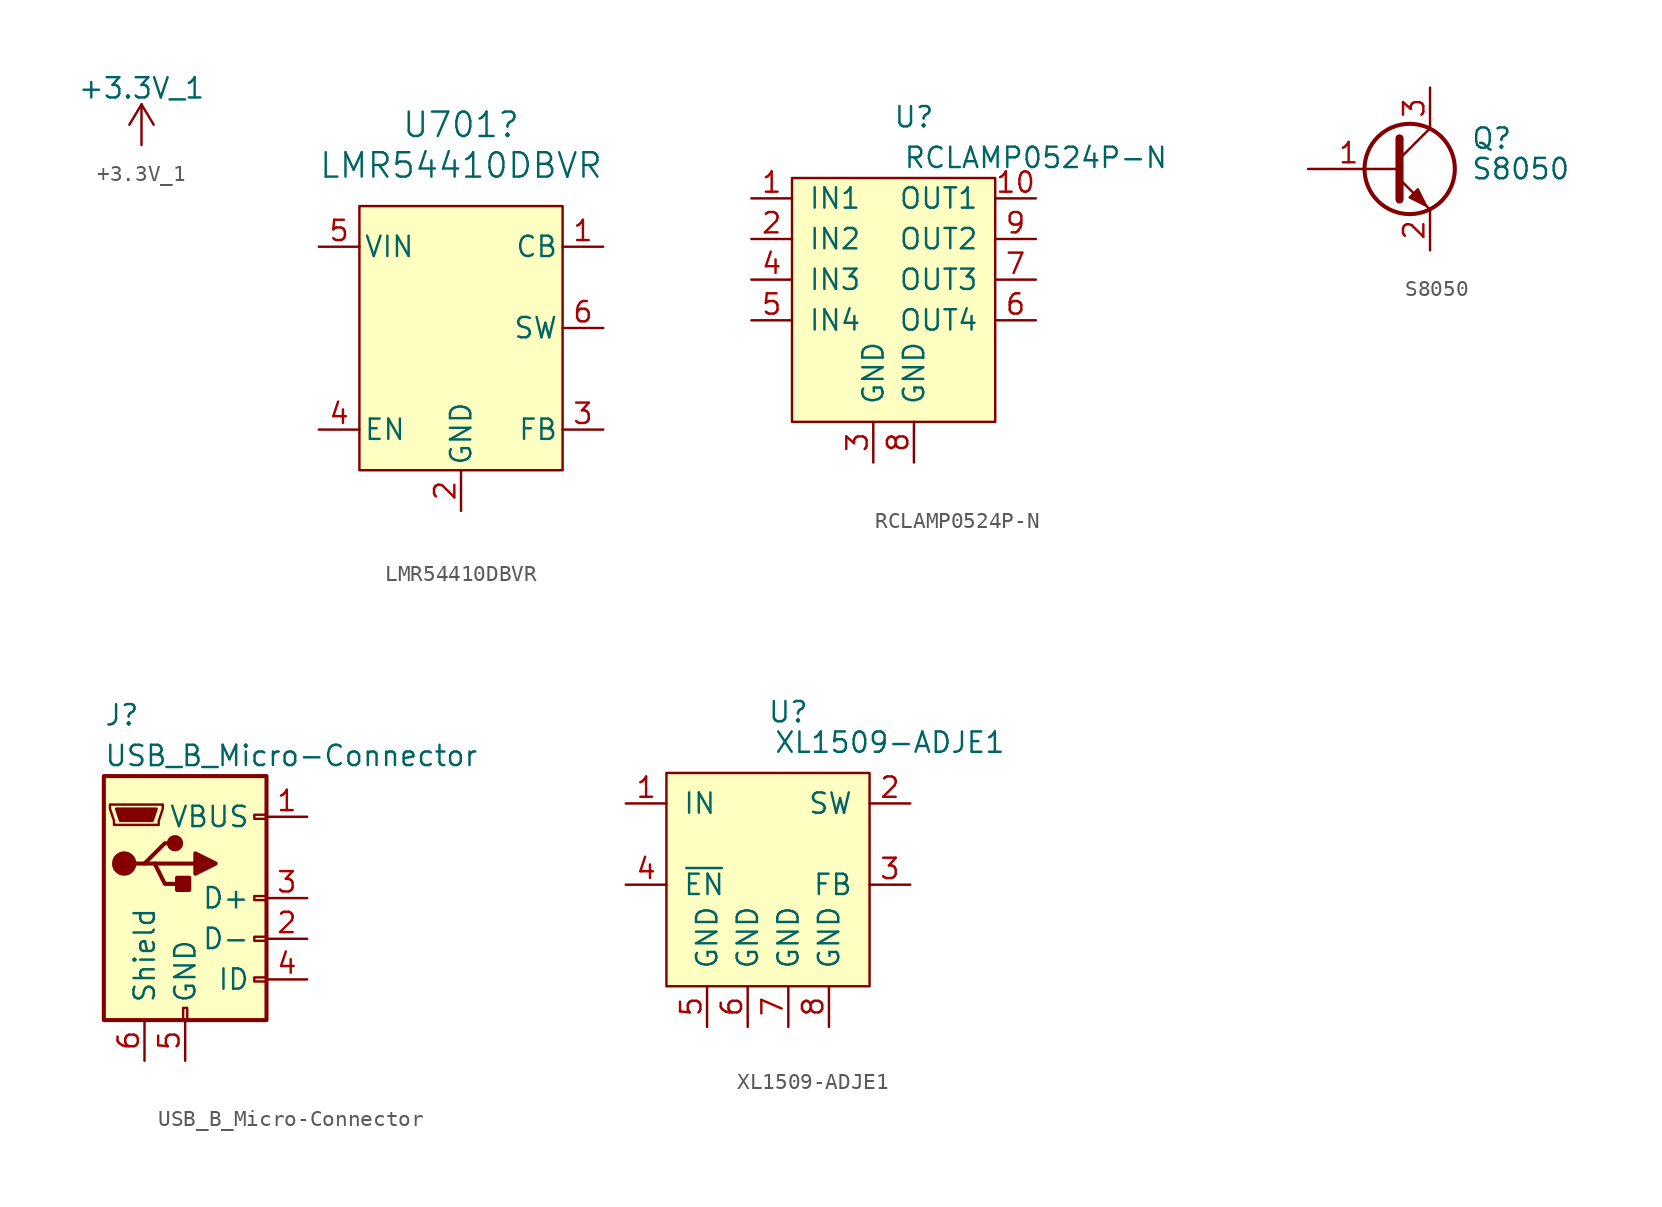
<source format=kicad_sym>
(kicad_symbol_lib
  (version 20241209)
  (generator "kicad_symbol_editor")
  (generator_version "9.0")
  (symbol "+3.3V_1"
    (power)
    (pin_names
      (offset 0))
    (property "Reference" "#PWR"
      (at 0 -3.81 0)
      (effects (font (size 1.27 1.27)) (hide yes)))
    (property "Value" "+3.3V_1"
      (at 0 3.556 0)
      (effects (font (size 1.27 1.27))))
    (symbol "+3.3V_1_0_1"
      (polyline (pts (xy -0.762 1.27) (xy 0 2.54)) (stroke (width 0) (type default)) (fill (type none)))
      (polyline (pts (xy 0 2.54) (xy 0.762 1.27)) (stroke (width 0) (type default)) (fill (type none)))
      (polyline (pts (xy 0 0) (xy 0 2.54)) (stroke (width 0) (type default)) (fill (type none))))
    (symbol "+3.3V_1_1_1"
      (pin power_in line (at 0 0 90) (length 0) (hide yes) (name "+3.3V_1" (effects (font (size 1.27 1.27)))) (number "1" (effects (font (size 1.27 1.27)))))))
  (symbol "LMR54410DBVR"
    (pin_names
      (offset 0.254))
    (property "Reference" "U701"
      (at 0 12.7 0)
      (effects (font (size 1.524 1.524))))
    (property "Value" "LMR54410DBVR"
      (at 0 10.16 0)
      (effects (font (size 1.524 1.524))))
    (property "ki_locked" ""
      (at 0 0 0)
      (effects (font (size 1.27 1.27))))
    (symbol "LMR54410DBVR_1_1"
      (rectangle (start -6.35 7.62) (end 6.35 -8.89) (stroke (width 0) (type default)) (fill (type background)))
      (pin power_in line (at -8.89 5.08 0) (length 2.54) (name "VIN" (effects (font (size 1.27 1.27)))) (number "5" (effects (font (size 1.27 1.27)))))
      (pin input line (at -8.89 -6.35 0) (length 2.54) (name "EN" (effects (font (size 1.27 1.27)))) (number "4" (effects (font (size 1.27 1.27)))))
      (pin power_in line (at 0 -11.43 90) (length 2.54) (name "GND" (effects (font (size 1.27 1.27)))) (number "2" (effects (font (size 1.27 1.27)))))
      (pin input line (at 8.89 5.08 180) (length 2.54) (name "CB" (effects (font (size 1.27 1.27)))) (number "1" (effects (font (size 1.27 1.27)))))
      (pin power_out line (at 8.89 0 180) (length 2.54) (name "SW" (effects (font (size 1.27 1.27)))) (number "6" (effects (font (size 1.27 1.27)))))
      (pin input line (at 8.89 -6.35 180) (length 2.54) (name "FB" (effects (font (size 1.27 1.27)))) (number "3" (effects (font (size 1.27 1.27)))))))
  (symbol "RCLAMP0524P-N"
    (pin_names
      (offset 1.016))
    (property "Reference" "U"
      (at 1.27 10.16 0)
      (effects (font (size 1.27 1.27))))
    (property "Value" "RCLAMP0524P-N"
      (at 8.89 7.62 0)
      (effects (font (size 1.27 1.27))))
    (symbol "RCLAMP0524P-N_0_1"
      (rectangle (start -6.35 6.35) (end 6.35 -8.89) (stroke (width 0) (type solid)) (fill (type background))))
    (symbol "RCLAMP0524P-N_1_1"
      (pin input line (at -8.89 5.08 0) (length 2.54) (name "IN1" (effects (font (size 1.27 1.27)))) (number "1" (effects (font (size 1.27 1.27)))))
      (pin input line (at -8.89 2.54 0) (length 2.54) (name "IN2" (effects (font (size 1.27 1.27)))) (number "2" (effects (font (size 1.27 1.27)))))
      (pin input line (at -8.89 0 0) (length 2.54) (name "IN3" (effects (font (size 1.27 1.27)))) (number "4" (effects (font (size 1.27 1.27)))))
      (pin input line (at -8.89 -2.54 0) (length 2.54) (name "IN4" (effects (font (size 1.27 1.27)))) (number "5" (effects (font (size 1.27 1.27)))))
      (pin power_in line (at -1.27 -11.43 90) (length 2.54) (name "GND" (effects (font (size 1.27 1.27)))) (number "3" (effects (font (size 1.27 1.27)))))
      (pin power_in line (at 1.27 -11.43 90) (length 2.54) (name "GND" (effects (font (size 1.27 1.27)))) (number "8" (effects (font (size 1.27 1.27)))))
      (pin output line (at 8.89 5.08 180) (length 2.54) (name "OUT1" (effects (font (size 1.27 1.27)))) (number "10" (effects (font (size 1.27 1.27)))))
      (pin output line (at 8.89 2.54 180) (length 2.54) (name "OUT2" (effects (font (size 1.27 1.27)))) (number "9" (effects (font (size 1.27 1.27)))))
      (pin output line (at 8.89 0 180) (length 2.54) (name "OUT3" (effects (font (size 1.27 1.27)))) (number "7" (effects (font (size 1.27 1.27)))))
      (pin output line (at 8.89 -2.54 180) (length 2.54) (name "OUT4" (effects (font (size 1.27 1.27)))) (number "6" (effects (font (size 1.27 1.27)))))))
  (symbol "S8050"
    (pin_names
      (offset 0)
      (hide yes))
    (property "Reference" "Q"
      (at 5.08 1.905 0)
      (effects (font (size 1.27 1.27)) (justify left)))
    (property "Value" "S8050"
      (at 5.08 0 0)
      (effects (font (size 1.27 1.27)) (justify left)))
    (symbol "S8050_0_1"
      (polyline (pts (xy 0 0) (xy 0.635 0)) (stroke (width 0) (type solid)) (fill (type none)))
      (polyline (pts (xy 0.635 1.905) (xy 0.635 -1.905) (xy 0.635 -1.905)) (stroke (width 0.508) (type solid)) (fill (type none)))
      (polyline (pts (xy 0.635 0.635) (xy 2.54 2.54)) (stroke (width 0) (type solid)) (fill (type none)))
      (polyline (pts (xy 0.635 -0.635) (xy 2.54 -2.54) (xy 2.54 -2.54)) (stroke (width 0) (type solid)) (fill (type none)))
      (circle (center 1.27 0) (radius 2.819) (stroke (width 0.254) (type solid)) (fill (type none)))
      (polyline (pts (xy 1.27 -1.778) (xy 1.778 -1.27) (xy 2.286 -2.286) (xy 1.27 -1.778) (xy 1.27 -1.778)) (stroke (width 0) (type solid)) (fill (type outline))))
    (symbol "S8050_1_1"
      (pin input line (at -5.08 0 0) (length 5.08) (name "B" (effects (font (size 1.27 1.27)))) (number "1" (effects (font (size 1.27 1.27)))))
      (pin passive line (at 2.54 5.08 270) (length 2.54) (name "C" (effects (font (size 1.27 1.27)))) (number "3" (effects (font (size 1.27 1.27)))))
      (pin passive line (at 2.54 -5.08 90) (length 2.54) (name "E" (effects (font (size 1.27 1.27)))) (number "2" (effects (font (size 1.27 1.27)))))))
  (symbol "USB_B_Micro-Connector"
    (pin_names
      (offset 1.016))
    (property "Reference" "J"
      (at -5.08 11.43 0)
      (effects (font (size 1.27 1.27)) (justify left)))
    (property "Value" "USB_B_Micro-Connector"
      (at -5.08 8.89 0)
      (effects (font (size 1.27 1.27)) (justify left)))
    (symbol "USB_B_Micro-Connector_0_1"
      (rectangle (start -5.08 -7.62) (end 5.08 7.62) (stroke (width 0.254) (type solid)) (fill (type background)))
      (polyline (pts (xy -4.699 5.842) (xy -4.699 5.588) (xy -4.445 4.826) (xy -4.445 4.572) (xy -1.651 4.572) (xy -1.651 4.826) (xy -1.397 5.588) (xy -1.397 5.842) (xy -4.699 5.842)) (stroke (width 0) (type solid)) (fill (type none)))
      (polyline (pts (xy -4.318 5.588) (xy -1.778 5.588) (xy -2.032 4.826) (xy -4.064 4.826) (xy -4.318 5.588)) (stroke (width 0) (type solid)) (fill (type outline)))
      (circle (center -3.81 2.159) (radius 0.635) (stroke (width 0.254) (type solid)) (fill (type outline)))
      (polyline (pts (xy -3.175 2.159) (xy -2.54 2.159) (xy -1.27 3.429) (xy -0.635 3.429)) (stroke (width 0.254) (type solid)) (fill (type none)))
      (polyline (pts (xy -2.54 2.159) (xy -1.905 2.159) (xy -1.27 0.889) (xy 0 0.889)) (stroke (width 0.254) (type solid)) (fill (type none)))
      (polyline (pts (xy -1.905 2.159) (xy 0.635 2.159)) (stroke (width 0.254) (type solid)) (fill (type none)))
      (circle (center -0.635 3.429) (radius 0.381) (stroke (width 0.254) (type solid)) (fill (type outline)))
      (rectangle (start -0.127 -7.62) (end 0.127 -6.858) (stroke (width 0) (type solid)) (fill (type none)))
      (rectangle (start 0.254 1.27) (end -0.508 0.508) (stroke (width 0.254) (type solid)) (fill (type outline)))
      (polyline (pts (xy 0.635 2.794) (xy 0.635 1.524) (xy 1.905 2.159) (xy 0.635 2.794)) (stroke (width 0.254) (type solid)) (fill (type outline)))
      (rectangle (start 5.08 4.953) (end 4.318 5.207) (stroke (width 0) (type solid)) (fill (type none)))
      (rectangle (start 5.08 -0.127) (end 4.318 0.127) (stroke (width 0) (type solid)) (fill (type none)))
      (rectangle (start 5.08 -2.667) (end 4.318 -2.413) (stroke (width 0) (type solid)) (fill (type none)))
      (rectangle (start 5.08 -5.207) (end 4.318 -4.953) (stroke (width 0) (type solid)) (fill (type none))))
    (symbol "USB_B_Micro-Connector_1_1"
      (pin passive line (at -2.54 -10.16 90) (length 2.54) (name "Shield" (effects (font (size 1.27 1.27)))) (number "6" (effects (font (size 1.27 1.27)))))
      (pin power_out line (at 0 -10.16 90) (length 2.54) (name "GND" (effects (font (size 1.27 1.27)))) (number "5" (effects (font (size 1.27 1.27)))))
      (pin power_out line (at 7.62 5.08 180) (length 2.54) (name "VBUS" (effects (font (size 1.27 1.27)))) (number "1" (effects (font (size 1.27 1.27)))))
      (pin passive line (at 7.62 0 180) (length 2.54) (name "D+" (effects (font (size 1.27 1.27)))) (number "3" (effects (font (size 1.27 1.27)))))
      (pin passive line (at 7.62 -2.54 180) (length 2.54) (name "D-" (effects (font (size 1.27 1.27)))) (number "2" (effects (font (size 1.27 1.27)))))
      (pin passive line (at 7.62 -5.08 180) (length 2.54) (name "ID" (effects (font (size 1.27 1.27)))) (number "4" (effects (font (size 1.27 1.27)))))))
  (symbol "XL1509-ADJE1"
    (pin_names
      (offset 1.016))
    (property "Reference" "U"
      (at 1.27 10.795 0)
      (effects (font (size 1.27 1.27))))
    (property "Value" "XL1509-ADJE1"
      (at 7.62 8.89 0)
      (effects (font (size 1.27 1.27))))
    (symbol "XL1509-ADJE1_0_1"
      (rectangle (start -6.35 6.985) (end 6.35 -6.35) (stroke (width 0) (type solid)) (fill (type background))))
    (symbol "XL1509-ADJE1_1_1"
      (pin power_in line (at -8.89 5.08 0) (length 2.54) (name "IN" (effects (font (size 1.27 1.27)))) (number "1" (effects (font (size 1.27 1.27)))))
      (pin input line (at -8.89 0 0) (length 2.54) (name "~{EN}" (effects (font (size 1.27 1.27)))) (number "4" (effects (font (size 1.27 1.27)))))
      (pin power_in line (at -3.81 -8.89 90) (length 2.54) (name "GND" (effects (font (size 1.27 1.27)))) (number "5" (effects (font (size 1.27 1.27)))))
      (pin power_in line (at -1.27 -8.89 90) (length 2.54) (name "GND" (effects (font (size 1.27 1.27)))) (number "6" (effects (font (size 1.27 1.27)))))
      (pin power_in line (at 1.27 -8.89 90) (length 2.54) (name "GND" (effects (font (size 1.27 1.27)))) (number "7" (effects (font (size 1.27 1.27)))))
      (pin power_in line (at 3.81 -8.89 90) (length 2.54) (name "GND" (effects (font (size 1.27 1.27)))) (number "8" (effects (font (size 1.27 1.27)))))
      (pin power_out line (at 8.89 5.08 180) (length 2.54) (name "SW" (effects (font (size 1.27 1.27)))) (number "2" (effects (font (size 1.27 1.27)))))
      (pin input line (at 8.89 0 180) (length 2.54) (name "FB" (effects (font (size 1.27 1.27)))) (number "3" (effects (font (size 1.27 1.27))))))))
</source>
